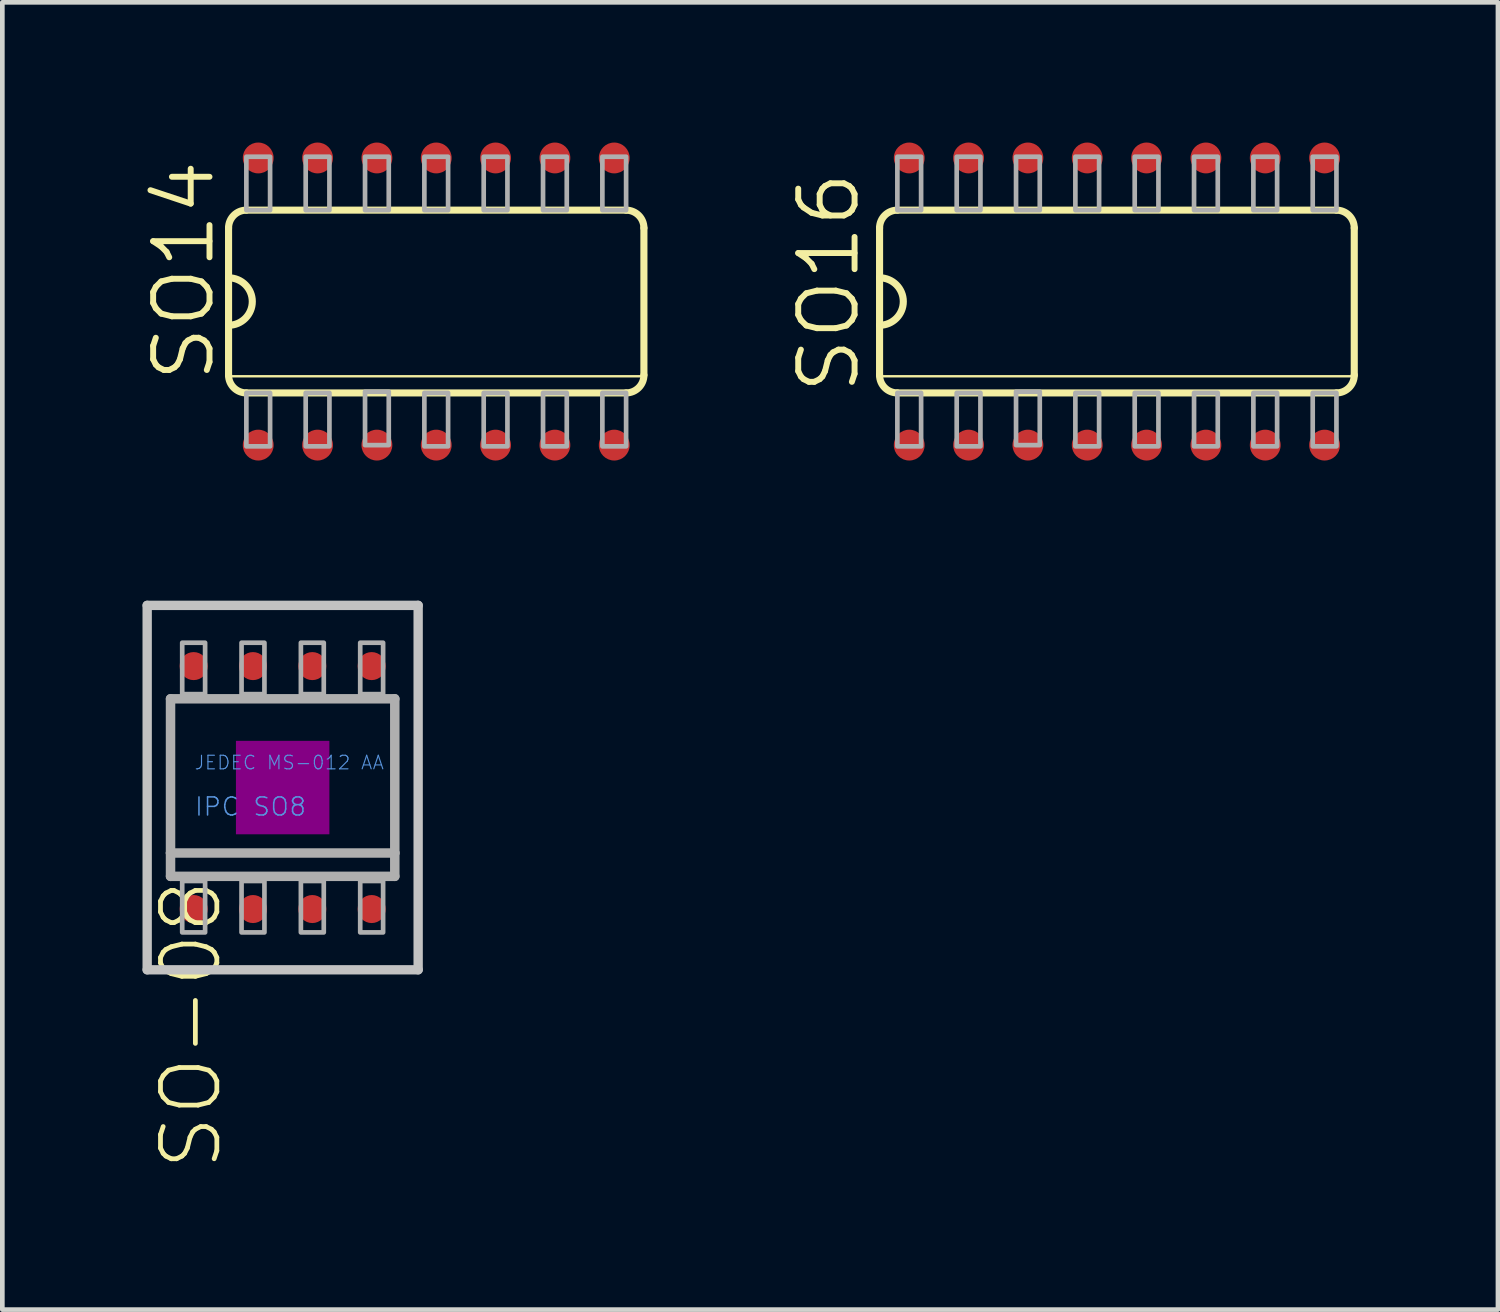
<source format=kicad_pcb>
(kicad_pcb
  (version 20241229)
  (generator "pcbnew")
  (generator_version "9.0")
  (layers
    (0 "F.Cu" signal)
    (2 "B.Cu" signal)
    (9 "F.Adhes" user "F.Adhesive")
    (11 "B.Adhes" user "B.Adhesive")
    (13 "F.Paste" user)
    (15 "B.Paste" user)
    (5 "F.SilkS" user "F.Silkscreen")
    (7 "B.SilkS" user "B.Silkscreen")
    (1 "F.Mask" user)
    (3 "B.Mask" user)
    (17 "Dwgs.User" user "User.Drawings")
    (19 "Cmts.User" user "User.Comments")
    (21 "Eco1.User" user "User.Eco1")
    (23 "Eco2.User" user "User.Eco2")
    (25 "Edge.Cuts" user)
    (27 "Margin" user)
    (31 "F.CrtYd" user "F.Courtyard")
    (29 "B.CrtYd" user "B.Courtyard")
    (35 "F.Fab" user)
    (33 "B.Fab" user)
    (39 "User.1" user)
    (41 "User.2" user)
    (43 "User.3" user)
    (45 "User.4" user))
  (footprint "SO14"
    (layer "F.Cu")
    (at 6.287 3.404)
    (property "Reference" "SO14" (at -4.699 1.778 90) (layer "F.SilkS") (effects (font (size 1.206 1.206) (thickness 0.127)) (justify left bottom)))
    (attr through_hole)
    (fp_line (start -4.445 -1.575) (end -4.445 -0.508) (stroke (width 0.152) (type solid)) (layer "F.SilkS"))
    (fp_line (start -4.445 -0.508) (end -4.445 0.508) (stroke (width 0.152) (type solid)) (layer "F.SilkS"))
    (fp_line (start -4.445 0.508) (end -4.445 1.575) (stroke (width 0.152) (type solid)) (layer "F.SilkS"))
    (fp_line (start -4.445 1.6) (end 4.445 1.6) (stroke (width 0.051) (type solid)) (layer "F.SilkS"))
    (fp_line (start -4.064 1.956) (end 4.064 1.956) (stroke (width 0.152) (type solid)) (layer "F.SilkS"))
    (fp_line (start 4.064 -1.956) (end -4.064 -1.956) (stroke (width 0.152) (type solid)) (layer "F.SilkS"))
    (fp_line (start 4.445 1.575) (end 4.445 -1.575) (stroke (width 0.152) (type solid)) (layer "F.SilkS"))
    (fp_arc (start -4.445 -1.5748) (mid -4.333408 -1.844208) (end -4.064 -1.9558) (stroke (width 0.1524) (type solid)) (layer "F.SilkS"))
    (fp_arc (start -4.445 -0.508) (mid -3.937 0) (end -4.445 0.508) (stroke (width 0.1524) (type solid)) (layer "F.SilkS"))
    (fp_arc (start -4.064 1.9558) (mid -4.333408 1.844208) (end -4.445 1.5748) (stroke (width 0.1524) (type solid)) (layer "F.SilkS"))
    (fp_arc (start 4.064 -1.9558) (mid 4.333408 -1.844208) (end 4.445 -1.5748) (stroke (width 0.1524) (type solid)) (layer "F.SilkS"))
    (fp_arc (start 4.445 1.5748) (mid 4.333408 1.844208) (end 4.064 1.9558) (stroke (width 0.1524) (type solid)) (layer "F.SilkS"))
    (fp_poly (pts (xy -4.064 -1.956) (xy -3.556 -1.956) (xy -3.556 -3.099) (xy -4.064 -3.099)) (stroke (width 0.1) (type solid)) (fill no) (layer "F.Fab"))
    (fp_poly (pts (xy -4.064 3.099) (xy -3.556 3.099) (xy -3.556 1.956) (xy -4.064 1.956)) (stroke (width 0.1) (type solid)) (fill no) (layer "F.Fab"))
    (fp_poly (pts (xy -2.794 -1.956) (xy -2.286 -1.956) (xy -2.286 -3.099) (xy -2.794 -3.099)) (stroke (width 0.1) (type solid)) (fill no) (layer "F.Fab"))
    (fp_poly (pts (xy -2.794 3.099) (xy -2.286 3.099) (xy -2.286 1.956) (xy -2.794 1.956)) (stroke (width 0.1) (type solid)) (fill no) (layer "F.Fab"))
    (fp_poly (pts (xy -1.524 -1.956) (xy -1.016 -1.956) (xy -1.016 -3.099) (xy -1.524 -3.099)) (stroke (width 0.1) (type solid)) (fill no) (layer "F.Fab"))
    (fp_poly (pts (xy -1.524 3.073) (xy -1.016 3.073) (xy -1.016 1.93) (xy -1.524 1.93)) (stroke (width 0.1) (type solid)) (fill no) (layer "F.Fab"))
    (fp_poly (pts (xy -0.254 -1.956) (xy 0.254 -1.956) (xy 0.254 -3.099) (xy -0.254 -3.099)) (stroke (width 0.1) (type solid)) (fill no) (layer "F.Fab"))
    (fp_poly (pts (xy -0.254 3.099) (xy 0.254 3.099) (xy 0.254 1.956) (xy -0.254 1.956)) (stroke (width 0.1) (type solid)) (fill no) (layer "F.Fab"))
    (fp_poly (pts (xy 1.016 -1.956) (xy 1.524 -1.956) (xy 1.524 -3.099) (xy 1.016 -3.099)) (stroke (width 0.1) (type solid)) (fill no) (layer "F.Fab"))
    (fp_poly (pts (xy 1.016 3.099) (xy 1.524 3.099) (xy 1.524 1.956) (xy 1.016 1.956)) (stroke (width 0.1) (type solid)) (fill no) (layer "F.Fab"))
    (fp_poly (pts (xy 2.286 -1.956) (xy 2.794 -1.956) (xy 2.794 -3.099) (xy 2.286 -3.099)) (stroke (width 0.1) (type solid)) (fill no) (layer "F.Fab"))
    (fp_poly (pts (xy 2.286 3.099) (xy 2.794 3.099) (xy 2.794 1.956) (xy 2.286 1.956)) (stroke (width 0.1) (type solid)) (fill no) (layer "F.Fab"))
    (fp_poly (pts (xy 3.556 -1.956) (xy 4.064 -1.956) (xy 4.064 -3.099) (xy 3.556 -3.099)) (stroke (width 0.1) (type solid)) (fill no) (layer "F.Fab"))
    (fp_poly (pts (xy 3.556 3.099) (xy 4.064 3.099) (xy 4.064 1.956) (xy 3.556 1.956)) (stroke (width 0.1) (type solid)) (fill no) (layer "F.Fab"))
    (pad "1" smd circle (at -3.81 3.073) (size 0.66 0.66) (layers "F.Cu" "F.Mask" "F.Paste"))
    (pad "2" smd circle (at -2.54 3.073) (size 0.66 0.66) (layers "F.Cu" "F.Mask" "F.Paste"))
    (pad "3" smd circle (at -1.27 3.073) (size 0.66 0.66) (layers "F.Cu" "F.Mask" "F.Paste"))
    (pad "4" smd circle (at 0 3.073) (size 0.66 0.66) (layers "F.Cu" "F.Mask" "F.Paste"))
    (pad "5" smd circle (at 1.27 3.073) (size 0.66 0.66) (layers "F.Cu" "F.Mask" "F.Paste"))
    (pad "6" smd circle (at 2.54 3.073) (size 0.66 0.66) (layers "F.Cu" "F.Mask" "F.Paste"))
    (pad "7" smd circle (at 3.81 3.073) (size 0.66 0.66) (layers "F.Cu" "F.Mask" "F.Paste"))
    (pad "8" smd circle (at 3.81 -3.073) (size 0.66 0.66) (layers "F.Cu" "F.Mask" "F.Paste"))
    (pad "9" smd circle (at 2.54 -3.073) (size 0.66 0.66) (layers "F.Cu" "F.Mask" "F.Paste"))
    (pad "10" smd circle (at 1.27 -3.073) (size 0.66 0.66) (layers "F.Cu" "F.Mask" "F.Paste"))
    (pad "11" smd circle (at 0 -3.073) (size 0.66 0.66) (layers "F.Cu" "F.Mask" "F.Paste"))
    (pad "12" smd circle (at -1.27 -3.073) (size 0.66 0.66) (layers "F.Cu" "F.Mask" "F.Paste"))
    (pad "13" smd circle (at -2.54 -3.073) (size 0.66 0.66) (layers "F.Cu" "F.Mask" "F.Paste"))
    (pad "14" smd circle (at -3.81 -3.073) (size 0.66 0.66) (layers "F.Cu" "F.Mask" "F.Paste")))
  (footprint "SO16"
    (layer "F.Cu")
    (at 20.856 3.404)
    (property "Reference" "SO16" (at -5.461 2.032 90) (layer "F.SilkS") (effects (font (size 1.206 1.206) (thickness 0.127)) (justify left bottom)))
    (attr through_hole)
    (fp_line (start -5.08 -1.575) (end -5.08 -0.508) (stroke (width 0.152) (type solid)) (layer "F.SilkS"))
    (fp_line (start -5.08 -0.508) (end -5.08 0.508) (stroke (width 0.152) (type solid)) (layer "F.SilkS"))
    (fp_line (start -5.08 0.508) (end -5.08 1.575) (stroke (width 0.152) (type solid)) (layer "F.SilkS"))
    (fp_line (start -5.08 1.6) (end 5.08 1.6) (stroke (width 0.051) (type solid)) (layer "F.SilkS"))
    (fp_line (start -4.699 1.956) (end 4.699 1.956) (stroke (width 0.152) (type solid)) (layer "F.SilkS"))
    (fp_line (start 4.699 -1.956) (end -4.699 -1.956) (stroke (width 0.152) (type solid)) (layer "F.SilkS"))
    (fp_line (start 5.08 1.575) (end 5.08 -1.575) (stroke (width 0.152) (type solid)) (layer "F.SilkS"))
    (fp_arc (start -5.08 -1.5748) (mid -4.968408 -1.844208) (end -4.699 -1.9558) (stroke (width 0.1524) (type solid)) (layer "F.SilkS"))
    (fp_arc (start -5.08 -0.508) (mid -4.572 0) (end -5.08 0.508) (stroke (width 0.1524) (type solid)) (layer "F.SilkS"))
    (fp_arc (start -4.699 1.9558) (mid -4.968408 1.844208) (end -5.08 1.5748) (stroke (width 0.1524) (type solid)) (layer "F.SilkS"))
    (fp_arc (start 4.699 -1.9558) (mid 4.968408 -1.844208) (end 5.08 -1.5748) (stroke (width 0.1524) (type solid)) (layer "F.SilkS"))
    (fp_arc (start 5.08 1.5748) (mid 4.968408 1.844208) (end 4.699 1.9558) (stroke (width 0.1524) (type solid)) (layer "F.SilkS"))
    (fp_poly (pts (xy -4.699 -1.956) (xy -4.191 -1.956) (xy -4.191 -3.099) (xy -4.699 -3.099)) (stroke (width 0.1) (type solid)) (fill no) (layer "F.Fab"))
    (fp_poly (pts (xy -4.699 3.099) (xy -4.191 3.099) (xy -4.191 1.956) (xy -4.699 1.956)) (stroke (width 0.1) (type solid)) (fill no) (layer "F.Fab"))
    (fp_poly (pts (xy -3.429 -1.956) (xy -2.921 -1.956) (xy -2.921 -3.099) (xy -3.429 -3.099)) (stroke (width 0.1) (type solid)) (fill no) (layer "F.Fab"))
    (fp_poly (pts (xy -3.429 3.099) (xy -2.921 3.099) (xy -2.921 1.956) (xy -3.429 1.956)) (stroke (width 0.1) (type solid)) (fill no) (layer "F.Fab"))
    (fp_poly (pts (xy -2.159 -1.956) (xy -1.651 -1.956) (xy -1.651 -3.099) (xy -2.159 -3.099)) (stroke (width 0.1) (type solid)) (fill no) (layer "F.Fab"))
    (fp_poly (pts (xy -2.159 3.073) (xy -1.651 3.073) (xy -1.651 1.93) (xy -2.159 1.93)) (stroke (width 0.1) (type solid)) (fill no) (layer "F.Fab"))
    (fp_poly (pts (xy -0.889 -1.956) (xy -0.381 -1.956) (xy -0.381 -3.099) (xy -0.889 -3.099)) (stroke (width 0.1) (type solid)) (fill no) (layer "F.Fab"))
    (fp_poly (pts (xy -0.889 3.099) (xy -0.381 3.099) (xy -0.381 1.956) (xy -0.889 1.956)) (stroke (width 0.1) (type solid)) (fill no) (layer "F.Fab"))
    (fp_poly (pts (xy 0.381 -1.956) (xy 0.889 -1.956) (xy 0.889 -3.099) (xy 0.381 -3.099)) (stroke (width 0.1) (type solid)) (fill no) (layer "F.Fab"))
    (fp_poly (pts (xy 0.381 3.099) (xy 0.889 3.099) (xy 0.889 1.956) (xy 0.381 1.956)) (stroke (width 0.1) (type solid)) (fill no) (layer "F.Fab"))
    (fp_poly (pts (xy 1.651 -1.956) (xy 2.159 -1.956) (xy 2.159 -3.099) (xy 1.651 -3.099)) (stroke (width 0.1) (type solid)) (fill no) (layer "F.Fab"))
    (fp_poly (pts (xy 1.651 3.099) (xy 2.159 3.099) (xy 2.159 1.956) (xy 1.651 1.956)) (stroke (width 0.1) (type solid)) (fill no) (layer "F.Fab"))
    (fp_poly (pts (xy 2.921 -1.956) (xy 3.429 -1.956) (xy 3.429 -3.099) (xy 2.921 -3.099)) (stroke (width 0.1) (type solid)) (fill no) (layer "F.Fab"))
    (fp_poly (pts (xy 2.921 3.099) (xy 3.429 3.099) (xy 3.429 1.956) (xy 2.921 1.956)) (stroke (width 0.1) (type solid)) (fill no) (layer "F.Fab"))
    (fp_poly (pts (xy 4.191 -1.956) (xy 4.699 -1.956) (xy 4.699 -3.099) (xy 4.191 -3.099)) (stroke (width 0.1) (type solid)) (fill no) (layer "F.Fab"))
    (fp_poly (pts (xy 4.191 3.099) (xy 4.699 3.099) (xy 4.699 1.956) (xy 4.191 1.956)) (stroke (width 0.1) (type solid)) (fill no) (layer "F.Fab"))
    (pad "1" smd circle (at -4.445 3.073) (size 0.66 0.66) (layers "F.Cu" "F.Mask" "F.Paste"))
    (pad "2" smd circle (at -3.175 3.073) (size 0.66 0.66) (layers "F.Cu" "F.Mask" "F.Paste"))
    (pad "3" smd circle (at -1.905 3.073) (size 0.66 0.66) (layers "F.Cu" "F.Mask" "F.Paste"))
    (pad "4" smd circle (at -0.635 3.073) (size 0.66 0.66) (layers "F.Cu" "F.Mask" "F.Paste"))
    (pad "5" smd circle (at 0.635 3.073) (size 0.66 0.66) (layers "F.Cu" "F.Mask" "F.Paste"))
    (pad "6" smd circle (at 1.905 3.073) (size 0.66 0.66) (layers "F.Cu" "F.Mask" "F.Paste"))
    (pad "7" smd circle (at 3.175 3.073) (size 0.66 0.66) (layers "F.Cu" "F.Mask" "F.Paste"))
    (pad "8" smd circle (at 4.445 3.073) (size 0.66 0.66) (layers "F.Cu" "F.Mask" "F.Paste"))
    (pad "9" smd circle (at 4.445 -3.073) (size 0.66 0.66) (layers "F.Cu" "F.Mask" "F.Paste"))
    (pad "10" smd circle (at 3.175 -3.073) (size 0.66 0.66) (layers "F.Cu" "F.Mask" "F.Paste"))
    (pad "11" smd circle (at 1.905 -3.073) (size 0.66 0.66) (layers "F.Cu" "F.Mask" "F.Paste"))
    (pad "12" smd circle (at 0.635 -3.073) (size 0.66 0.66) (layers "F.Cu" "F.Mask" "F.Paste"))
    (pad "13" smd circle (at -0.635 -3.073) (size 0.66 0.66) (layers "F.Cu" "F.Mask" "F.Paste"))
    (pad "14" smd circle (at -1.905 -3.073) (size 0.66 0.66) (layers "F.Cu" "F.Mask" "F.Paste"))
    (pad "15" smd circle (at -3.175 -3.073) (size 0.66 0.66) (layers "F.Cu" "F.Mask" "F.Paste"))
    (pad "16" smd circle (at -4.445 -3.073) (size 0.66 0.66) (layers "F.Cu" "F.Mask" "F.Paste")))
  (footprint "SO-08"
    (layer "F.Cu")
    (at 3 13.807)
    (property "Reference" "SO-08" (at -2.667 1.905 90) (layer "F.SilkS") (effects (font (size 1.206 1.206) (thickness 0.102)) (justify right top)))
    (attr through_hole)
    (fp_poly (pts (xy -1 1) (xy 1 1) (xy 1 -1) (xy -1 -1)) (stroke (width 0) (type solid)) (fill yes) (layer "F.Adhes"))
    (fp_line (start -2.9 -3.9) (end 2.9 -3.9) (stroke (width 0.2) (type solid)) (layer "Dwgs.User"))
    (fp_line (start -2.9 3.9) (end -2.9 -3.9) (stroke (width 0.2) (type solid)) (layer "Dwgs.User"))
    (fp_line (start 2.9 -3.9) (end 2.9 3.9) (stroke (width 0.2) (type solid)) (layer "Dwgs.User"))
    (fp_line (start 2.9 3.9) (end -2.9 3.9) (stroke (width 0.2) (type solid)) (layer "Dwgs.User"))
    (fp_line (start -2.4 -1.9) (end 2.4 -1.9) (stroke (width 0.203) (type solid)) (layer "F.Fab"))
    (fp_line (start -2.4 1.4) (end -2.4 -1.9) (stroke (width 0.203) (type solid)) (layer "F.Fab"))
    (fp_line (start -2.4 1.9) (end -2.4 1.4) (stroke (width 0.203) (type solid)) (layer "F.Fab"))
    (fp_line (start 2.4 -1.9) (end 2.4 1.4) (stroke (width 0.203) (type solid)) (layer "F.Fab"))
    (fp_line (start 2.4 1.4) (end -2.4 1.4) (stroke (width 0.203) (type solid)) (layer "F.Fab"))
    (fp_line (start 2.4 1.4) (end 2.4 1.9) (stroke (width 0.203) (type solid)) (layer "F.Fab"))
    (fp_line (start 2.4 1.9) (end -2.4 1.9) (stroke (width 0.203) (type solid)) (layer "F.Fab"))
    (fp_poly (pts (xy -2.15 -2) (xy -1.66 -2) (xy -1.66 -3.1) (xy -2.15 -3.1)) (stroke (width 0.1) (type solid)) (fill no) (layer "F.Fab"))
    (fp_poly (pts (xy -2.15 3.1) (xy -1.66 3.1) (xy -1.66 2) (xy -2.15 2)) (stroke (width 0.1) (type solid)) (fill no) (layer "F.Fab"))
    (fp_poly (pts (xy -0.88 -2) (xy -0.39 -2) (xy -0.39 -3.1) (xy -0.88 -3.1)) (stroke (width 0.1) (type solid)) (fill no) (layer "F.Fab"))
    (fp_poly (pts (xy -0.88 3.1) (xy -0.39 3.1) (xy -0.39 2) (xy -0.88 2)) (stroke (width 0.1) (type solid)) (fill no) (layer "F.Fab"))
    (fp_poly (pts (xy 0.39 -2) (xy 0.88 -2) (xy 0.88 -3.1) (xy 0.39 -3.1)) (stroke (width 0.1) (type solid)) (fill no) (layer "F.Fab"))
    (fp_poly (pts (xy 0.39 3.1) (xy 0.88 3.1) (xy 0.88 2) (xy 0.39 2)) (stroke (width 0.1) (type solid)) (fill no) (layer "F.Fab"))
    (fp_poly (pts (xy 1.66 -2) (xy 2.15 -2) (xy 2.15 -3.1) (xy 1.66 -3.1)) (stroke (width 0.1) (type solid)) (fill no) (layer "F.Fab"))
    (fp_poly (pts (xy 1.66 3.1) (xy 2.15 3.1) (xy 2.15 2) (xy 1.66 2)) (stroke (width 0.1) (type solid)) (fill no) (layer "F.Fab"))
    (fp_text user "IPC SO8" (at -1.905 0.635 0) (layer "Cmts.User") (effects (font (size 0.386 0.386) (thickness 0.033)) (justify left bottom)))
    (fp_text user "JEDEC MS-012 AA" (at -1.905 -0.365 0) (layer "Cmts.User") (effects (font (size 0.29 0.29) (thickness 0.024)) (justify left bottom)))
    (pad "1" smd circle (at -1.905 2.6) (size 0.6 0.6) (layers "F.Cu" "F.Mask" "F.Paste"))
    (pad "2" smd circle (at -0.635 2.6) (size 0.6 0.6) (layers "F.Cu" "F.Mask" "F.Paste"))
    (pad "3" smd circle (at 0.635 2.6) (size 0.6 0.6) (layers "F.Cu" "F.Mask" "F.Paste"))
    (pad "4" smd circle (at 1.905 2.6) (size 0.6 0.6) (layers "F.Cu" "F.Mask" "F.Paste"))
    (pad "5" smd circle (at 1.905 -2.6) (size 0.6 0.6) (layers "F.Cu" "F.Mask" "F.Paste"))
    (pad "6" smd circle (at 0.635 -2.6) (size 0.6 0.6) (layers "F.Cu" "F.Mask" "F.Paste"))
    (pad "7" smd circle (at -0.635 -2.6) (size 0.6 0.6) (layers "F.Cu" "F.Mask" "F.Paste"))
    (pad "8" smd circle (at -1.905 -2.6) (size 0.6 0.6) (layers "F.Cu" "F.Mask" "F.Paste")))
  (gr_rect
    (start -3 -3)
    (end 29.012 24.98)
    (stroke (width 0.1) (type default))
    (fill no)
    (layer "Edge.Cuts")))
</source>
